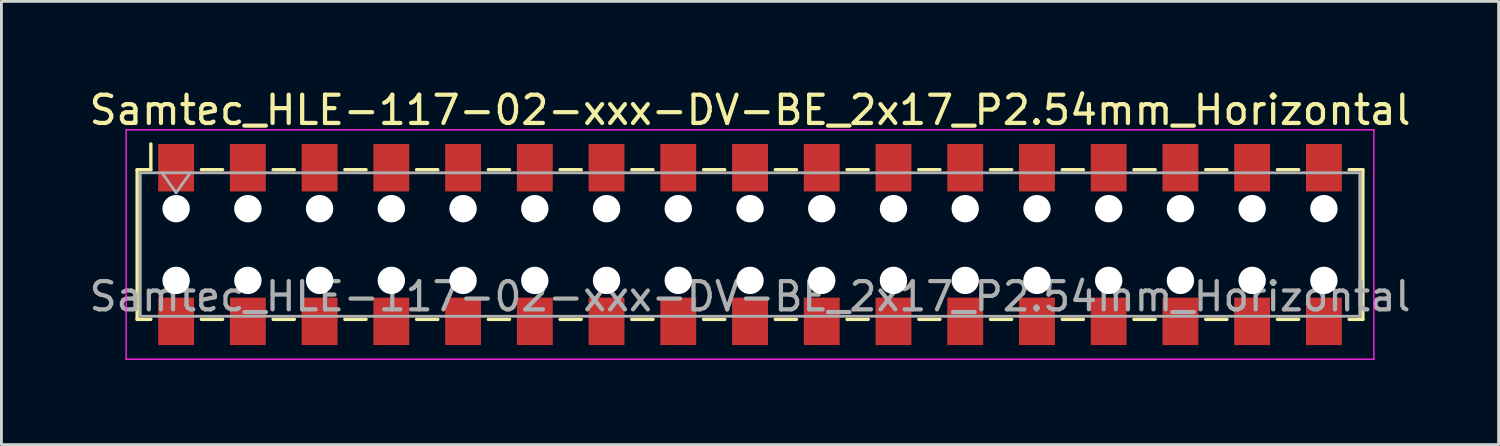
<source format=kicad_pcb>
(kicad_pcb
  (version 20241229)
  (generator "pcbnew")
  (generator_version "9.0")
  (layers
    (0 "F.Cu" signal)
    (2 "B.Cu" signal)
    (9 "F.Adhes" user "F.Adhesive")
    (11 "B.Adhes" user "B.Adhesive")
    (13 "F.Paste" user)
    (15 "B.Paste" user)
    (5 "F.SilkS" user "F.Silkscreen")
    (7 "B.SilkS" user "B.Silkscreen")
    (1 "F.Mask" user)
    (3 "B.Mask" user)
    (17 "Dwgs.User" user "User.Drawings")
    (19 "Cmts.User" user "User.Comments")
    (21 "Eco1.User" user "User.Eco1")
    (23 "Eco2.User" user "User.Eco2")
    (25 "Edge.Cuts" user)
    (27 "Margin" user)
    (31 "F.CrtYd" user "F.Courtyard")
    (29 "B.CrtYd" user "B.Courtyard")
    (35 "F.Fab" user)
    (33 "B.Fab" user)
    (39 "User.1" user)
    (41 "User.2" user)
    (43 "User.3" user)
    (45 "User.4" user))
  (footprint "Samtec_HLE-117-02-xxx-DV-BE_2x17_P2.54mm_Horizontal"
    (layer "F.Cu")
    (at 23.506 5.608)
    (property "Reference" "Samtec_HLE-117-02-xxx-DV-BE_2x17_P2.54mm_Horizontal" (at 0 -4.76 0) (layer "F.SilkS") (effects (font (size 1 1) (thickness 0.15))))
    (attr smd)
    (fp_line (start -21.7 -2.65) (end -21.7 2.65) (stroke (width 0.12) (type solid)) (layer "F.SilkS"))
    (fp_line (start -21.7 2.65) (end -21.215 2.65) (stroke (width 0.12) (type solid)) (layer "F.SilkS"))
    (fp_line (start -21.215 -3.56) (end -21.215 -2.65) (stroke (width 0.12) (type solid)) (layer "F.SilkS"))
    (fp_line (start -21.215 -2.65) (end -21.7 -2.65) (stroke (width 0.12) (type solid)) (layer "F.SilkS"))
    (fp_line (start -19.425 -2.65) (end -18.675 -2.65) (stroke (width 0.12) (type solid)) (layer "F.SilkS"))
    (fp_line (start -19.425 2.65) (end -18.675 2.65) (stroke (width 0.12) (type solid)) (layer "F.SilkS"))
    (fp_line (start -16.885 -2.65) (end -16.135 -2.65) (stroke (width 0.12) (type solid)) (layer "F.SilkS"))
    (fp_line (start -16.885 2.65) (end -16.135 2.65) (stroke (width 0.12) (type solid)) (layer "F.SilkS"))
    (fp_line (start -14.345 -2.65) (end -13.595 -2.65) (stroke (width 0.12) (type solid)) (layer "F.SilkS"))
    (fp_line (start -14.345 2.65) (end -13.595 2.65) (stroke (width 0.12) (type solid)) (layer "F.SilkS"))
    (fp_line (start -11.805 -2.65) (end -11.055 -2.65) (stroke (width 0.12) (type solid)) (layer "F.SilkS"))
    (fp_line (start -11.805 2.65) (end -11.055 2.65) (stroke (width 0.12) (type solid)) (layer "F.SilkS"))
    (fp_line (start -9.265 -2.65) (end -8.515 -2.65) (stroke (width 0.12) (type solid)) (layer "F.SilkS"))
    (fp_line (start -9.265 2.65) (end -8.515 2.65) (stroke (width 0.12) (type solid)) (layer "F.SilkS"))
    (fp_line (start -6.725 -2.65) (end -5.975 -2.65) (stroke (width 0.12) (type solid)) (layer "F.SilkS"))
    (fp_line (start -6.725 2.65) (end -5.975 2.65) (stroke (width 0.12) (type solid)) (layer "F.SilkS"))
    (fp_line (start -4.185 -2.65) (end -3.435 -2.65) (stroke (width 0.12) (type solid)) (layer "F.SilkS"))
    (fp_line (start -4.185 2.65) (end -3.435 2.65) (stroke (width 0.12) (type solid)) (layer "F.SilkS"))
    (fp_line (start -1.645 -2.65) (end -0.895 -2.65) (stroke (width 0.12) (type solid)) (layer "F.SilkS"))
    (fp_line (start -1.645 2.65) (end -0.895 2.65) (stroke (width 0.12) (type solid)) (layer "F.SilkS"))
    (fp_line (start 0.895 -2.65) (end 1.645 -2.65) (stroke (width 0.12) (type solid)) (layer "F.SilkS"))
    (fp_line (start 0.895 2.65) (end 1.645 2.65) (stroke (width 0.12) (type solid)) (layer "F.SilkS"))
    (fp_line (start 3.435 -2.65) (end 4.185 -2.65) (stroke (width 0.12) (type solid)) (layer "F.SilkS"))
    (fp_line (start 3.435 2.65) (end 4.185 2.65) (stroke (width 0.12) (type solid)) (layer "F.SilkS"))
    (fp_line (start 5.975 -2.65) (end 6.725 -2.65) (stroke (width 0.12) (type solid)) (layer "F.SilkS"))
    (fp_line (start 5.975 2.65) (end 6.725 2.65) (stroke (width 0.12) (type solid)) (layer "F.SilkS"))
    (fp_line (start 8.515 -2.65) (end 9.265 -2.65) (stroke (width 0.12) (type solid)) (layer "F.SilkS"))
    (fp_line (start 8.515 2.65) (end 9.265 2.65) (stroke (width 0.12) (type solid)) (layer "F.SilkS"))
    (fp_line (start 11.055 -2.65) (end 11.805 -2.65) (stroke (width 0.12) (type solid)) (layer "F.SilkS"))
    (fp_line (start 11.055 2.65) (end 11.805 2.65) (stroke (width 0.12) (type solid)) (layer "F.SilkS"))
    (fp_line (start 13.595 -2.65) (end 14.345 -2.65) (stroke (width 0.12) (type solid)) (layer "F.SilkS"))
    (fp_line (start 13.595 2.65) (end 14.345 2.65) (stroke (width 0.12) (type solid)) (layer "F.SilkS"))
    (fp_line (start 16.135 -2.65) (end 16.885 -2.65) (stroke (width 0.12) (type solid)) (layer "F.SilkS"))
    (fp_line (start 16.135 2.65) (end 16.885 2.65) (stroke (width 0.12) (type solid)) (layer "F.SilkS"))
    (fp_line (start 18.675 -2.65) (end 19.425 -2.65) (stroke (width 0.12) (type solid)) (layer "F.SilkS"))
    (fp_line (start 18.675 2.65) (end 19.425 2.65) (stroke (width 0.12) (type solid)) (layer "F.SilkS"))
    (fp_line (start 21.215 -2.65) (end 21.7 -2.65) (stroke (width 0.12) (type solid)) (layer "F.SilkS"))
    (fp_line (start 21.7 -2.65) (end 21.7 2.65) (stroke (width 0.12) (type solid)) (layer "F.SilkS"))
    (fp_line (start 21.7 2.65) (end 21.215 2.65) (stroke (width 0.12) (type solid)) (layer "F.SilkS"))
    (fp_line (start -22.09 -4.06) (end 22.09 -4.06) (stroke (width 0.05) (type solid)) (layer "F.CrtYd"))
    (fp_line (start -22.09 4.06) (end -22.09 -4.06) (stroke (width 0.05) (type solid)) (layer "F.CrtYd"))
    (fp_line (start 22.09 -4.06) (end 22.09 4.06) (stroke (width 0.05) (type solid)) (layer "F.CrtYd"))
    (fp_line (start 22.09 4.06) (end -22.09 4.06) (stroke (width 0.05) (type solid)) (layer "F.CrtYd"))
    (fp_line (start -21.59 -2.54) (end 21.59 -2.54) (stroke (width 0.1) (type solid)) (layer "F.Fab"))
    (fp_line (start -21.59 2.54) (end -21.59 -2.54) (stroke (width 0.1) (type solid)) (layer "F.Fab"))
    (fp_line (start -20.82 -2.54) (end -20.32 -1.833) (stroke (width 0.1) (type solid)) (layer "F.Fab"))
    (fp_line (start -20.32 -1.833) (end -19.82 -2.54) (stroke (width 0.1) (type solid)) (layer "F.Fab"))
    (fp_line (start 21.59 -2.54) (end 21.59 2.54) (stroke (width 0.1) (type solid)) (layer "F.Fab"))
    (fp_line (start 21.59 2.54) (end -21.59 2.54) (stroke (width 0.1) (type solid)) (layer "F.Fab"))
    (fp_text user "${REFERENCE}" (at 0 1.84 0) (layer "F.Fab") (effects (font (size 1 1) (thickness 0.15))))
    (pad "" np_thru_hole circle (at -20.32 -1.27) (size 0.97 0.97) (drill 0.97) (layers "*.Cu" "*.Mask"))
    (pad "" np_thru_hole circle (at -20.32 1.27) (size 0.97 0.97) (drill 0.97) (layers "*.Cu" "*.Mask"))
    (pad "" np_thru_hole circle (at -17.78 -1.27) (size 0.97 0.97) (drill 0.97) (layers "*.Cu" "*.Mask"))
    (pad "" np_thru_hole circle (at -17.78 1.27) (size 0.97 0.97) (drill 0.97) (layers "*.Cu" "*.Mask"))
    (pad "" np_thru_hole circle (at -15.24 -1.27) (size 0.97 0.97) (drill 0.97) (layers "*.Cu" "*.Mask"))
    (pad "" np_thru_hole circle (at -15.24 1.27) (size 0.97 0.97) (drill 0.97) (layers "*.Cu" "*.Mask"))
    (pad "" np_thru_hole circle (at -12.7 -1.27) (size 0.97 0.97) (drill 0.97) (layers "*.Cu" "*.Mask"))
    (pad "" np_thru_hole circle (at -12.7 1.27) (size 0.97 0.97) (drill 0.97) (layers "*.Cu" "*.Mask"))
    (pad "" np_thru_hole circle (at -10.16 -1.27) (size 0.97 0.97) (drill 0.97) (layers "*.Cu" "*.Mask"))
    (pad "" np_thru_hole circle (at -10.16 1.27) (size 0.97 0.97) (drill 0.97) (layers "*.Cu" "*.Mask"))
    (pad "" np_thru_hole circle (at -7.62 -1.27) (size 0.97 0.97) (drill 0.97) (layers "*.Cu" "*.Mask"))
    (pad "" np_thru_hole circle (at -7.62 1.27) (size 0.97 0.97) (drill 0.97) (layers "*.Cu" "*.Mask"))
    (pad "" np_thru_hole circle (at -5.08 -1.27) (size 0.97 0.97) (drill 0.97) (layers "*.Cu" "*.Mask"))
    (pad "" np_thru_hole circle (at -5.08 1.27) (size 0.97 0.97) (drill 0.97) (layers "*.Cu" "*.Mask"))
    (pad "" np_thru_hole circle (at -2.54 -1.27) (size 0.97 0.97) (drill 0.97) (layers "*.Cu" "*.Mask"))
    (pad "" np_thru_hole circle (at -2.54 1.27) (size 0.97 0.97) (drill 0.97) (layers "*.Cu" "*.Mask"))
    (pad "" np_thru_hole circle (at 0 -1.27) (size 0.97 0.97) (drill 0.97) (layers "*.Cu" "*.Mask"))
    (pad "" np_thru_hole circle (at 0 1.27) (size 0.97 0.97) (drill 0.97) (layers "*.Cu" "*.Mask"))
    (pad "" np_thru_hole circle (at 2.54 -1.27) (size 0.97 0.97) (drill 0.97) (layers "*.Cu" "*.Mask"))
    (pad "" np_thru_hole circle (at 2.54 1.27) (size 0.97 0.97) (drill 0.97) (layers "*.Cu" "*.Mask"))
    (pad "" np_thru_hole circle (at 5.08 -1.27) (size 0.97 0.97) (drill 0.97) (layers "*.Cu" "*.Mask"))
    (pad "" np_thru_hole circle (at 5.08 1.27) (size 0.97 0.97) (drill 0.97) (layers "*.Cu" "*.Mask"))
    (pad "" np_thru_hole circle (at 7.62 -1.27) (size 0.97 0.97) (drill 0.97) (layers "*.Cu" "*.Mask"))
    (pad "" np_thru_hole circle (at 7.62 1.27) (size 0.97 0.97) (drill 0.97) (layers "*.Cu" "*.Mask"))
    (pad "" np_thru_hole circle (at 10.16 -1.27) (size 0.97 0.97) (drill 0.97) (layers "*.Cu" "*.Mask"))
    (pad "" np_thru_hole circle (at 10.16 1.27) (size 0.97 0.97) (drill 0.97) (layers "*.Cu" "*.Mask"))
    (pad "" np_thru_hole circle (at 12.7 -1.27) (size 0.97 0.97) (drill 0.97) (layers "*.Cu" "*.Mask"))
    (pad "" np_thru_hole circle (at 12.7 1.27) (size 0.97 0.97) (drill 0.97) (layers "*.Cu" "*.Mask"))
    (pad "" np_thru_hole circle (at 15.24 -1.27) (size 0.97 0.97) (drill 0.97) (layers "*.Cu" "*.Mask"))
    (pad "" np_thru_hole circle (at 15.24 1.27) (size 0.97 0.97) (drill 0.97) (layers "*.Cu" "*.Mask"))
    (pad "" np_thru_hole circle (at 17.78 -1.27) (size 0.97 0.97) (drill 0.97) (layers "*.Cu" "*.Mask"))
    (pad "" np_thru_hole circle (at 17.78 1.27) (size 0.97 0.97) (drill 0.97) (layers "*.Cu" "*.Mask"))
    (pad "" np_thru_hole circle (at 20.32 -1.27) (size 0.97 0.97) (drill 0.97) (layers "*.Cu" "*.Mask"))
    (pad "" np_thru_hole circle (at 20.32 1.27) (size 0.97 0.97) (drill 0.97) (layers "*.Cu" "*.Mask"))
    (pad "1" smd rect (at -20.32 -2.72) (size 1.27 1.68) (layers "F.Cu" "F.Mask" "F.Paste"))
    (pad "2" smd rect (at -20.32 2.72) (size 1.27 1.68) (layers "F.Cu" "F.Mask" "F.Paste"))
    (pad "3" smd rect (at -17.78 -2.72) (size 1.27 1.68) (layers "F.Cu" "F.Mask" "F.Paste"))
    (pad "4" smd rect (at -17.78 2.72) (size 1.27 1.68) (layers "F.Cu" "F.Mask" "F.Paste"))
    (pad "5" smd rect (at -15.24 -2.72) (size 1.27 1.68) (layers "F.Cu" "F.Mask" "F.Paste"))
    (pad "6" smd rect (at -15.24 2.72) (size 1.27 1.68) (layers "F.Cu" "F.Mask" "F.Paste"))
    (pad "7" smd rect (at -12.7 -2.72) (size 1.27 1.68) (layers "F.Cu" "F.Mask" "F.Paste"))
    (pad "8" smd rect (at -12.7 2.72) (size 1.27 1.68) (layers "F.Cu" "F.Mask" "F.Paste"))
    (pad "9" smd rect (at -10.16 -2.72) (size 1.27 1.68) (layers "F.Cu" "F.Mask" "F.Paste"))
    (pad "10" smd rect (at -10.16 2.72) (size 1.27 1.68) (layers "F.Cu" "F.Mask" "F.Paste"))
    (pad "11" smd rect (at -7.62 -2.72) (size 1.27 1.68) (layers "F.Cu" "F.Mask" "F.Paste"))
    (pad "12" smd rect (at -7.62 2.72) (size 1.27 1.68) (layers "F.Cu" "F.Mask" "F.Paste"))
    (pad "13" smd rect (at -5.08 -2.72) (size 1.27 1.68) (layers "F.Cu" "F.Mask" "F.Paste"))
    (pad "14" smd rect (at -5.08 2.72) (size 1.27 1.68) (layers "F.Cu" "F.Mask" "F.Paste"))
    (pad "15" smd rect (at -2.54 -2.72) (size 1.27 1.68) (layers "F.Cu" "F.Mask" "F.Paste"))
    (pad "16" smd rect (at -2.54 2.72) (size 1.27 1.68) (layers "F.Cu" "F.Mask" "F.Paste"))
    (pad "17" smd rect (at 0 -2.72) (size 1.27 1.68) (layers "F.Cu" "F.Mask" "F.Paste"))
    (pad "18" smd rect (at 0 2.72) (size 1.27 1.68) (layers "F.Cu" "F.Mask" "F.Paste"))
    (pad "19" smd rect (at 2.54 -2.72) (size 1.27 1.68) (layers "F.Cu" "F.Mask" "F.Paste"))
    (pad "20" smd rect (at 2.54 2.72) (size 1.27 1.68) (layers "F.Cu" "F.Mask" "F.Paste"))
    (pad "21" smd rect (at 5.08 -2.72) (size 1.27 1.68) (layers "F.Cu" "F.Mask" "F.Paste"))
    (pad "22" smd rect (at 5.08 2.72) (size 1.27 1.68) (layers "F.Cu" "F.Mask" "F.Paste"))
    (pad "23" smd rect (at 7.62 -2.72) (size 1.27 1.68) (layers "F.Cu" "F.Mask" "F.Paste"))
    (pad "24" smd rect (at 7.62 2.72) (size 1.27 1.68) (layers "F.Cu" "F.Mask" "F.Paste"))
    (pad "25" smd rect (at 10.16 -2.72) (size 1.27 1.68) (layers "F.Cu" "F.Mask" "F.Paste"))
    (pad "26" smd rect (at 10.16 2.72) (size 1.27 1.68) (layers "F.Cu" "F.Mask" "F.Paste"))
    (pad "27" smd rect (at 12.7 -2.72) (size 1.27 1.68) (layers "F.Cu" "F.Mask" "F.Paste"))
    (pad "28" smd rect (at 12.7 2.72) (size 1.27 1.68) (layers "F.Cu" "F.Mask" "F.Paste"))
    (pad "29" smd rect (at 15.24 -2.72) (size 1.27 1.68) (layers "F.Cu" "F.Mask" "F.Paste"))
    (pad "30" smd rect (at 15.24 2.72) (size 1.27 1.68) (layers "F.Cu" "F.Mask" "F.Paste"))
    (pad "31" smd rect (at 17.78 -2.72) (size 1.27 1.68) (layers "F.Cu" "F.Mask" "F.Paste"))
    (pad "32" smd rect (at 17.78 2.72) (size 1.27 1.68) (layers "F.Cu" "F.Mask" "F.Paste"))
    (pad "33" smd rect (at 20.32 -2.72) (size 1.27 1.68) (layers "F.Cu" "F.Mask" "F.Paste"))
    (pad "34" smd rect (at 20.32 2.72) (size 1.27 1.68) (layers "F.Cu" "F.Mask" "F.Paste")))
  (gr_rect
    (start -3 -3)
    (end 50.012 12.693)
    (stroke (width 0.1) (type default))
    (fill no)
    (layer "Edge.Cuts")))
</source>
